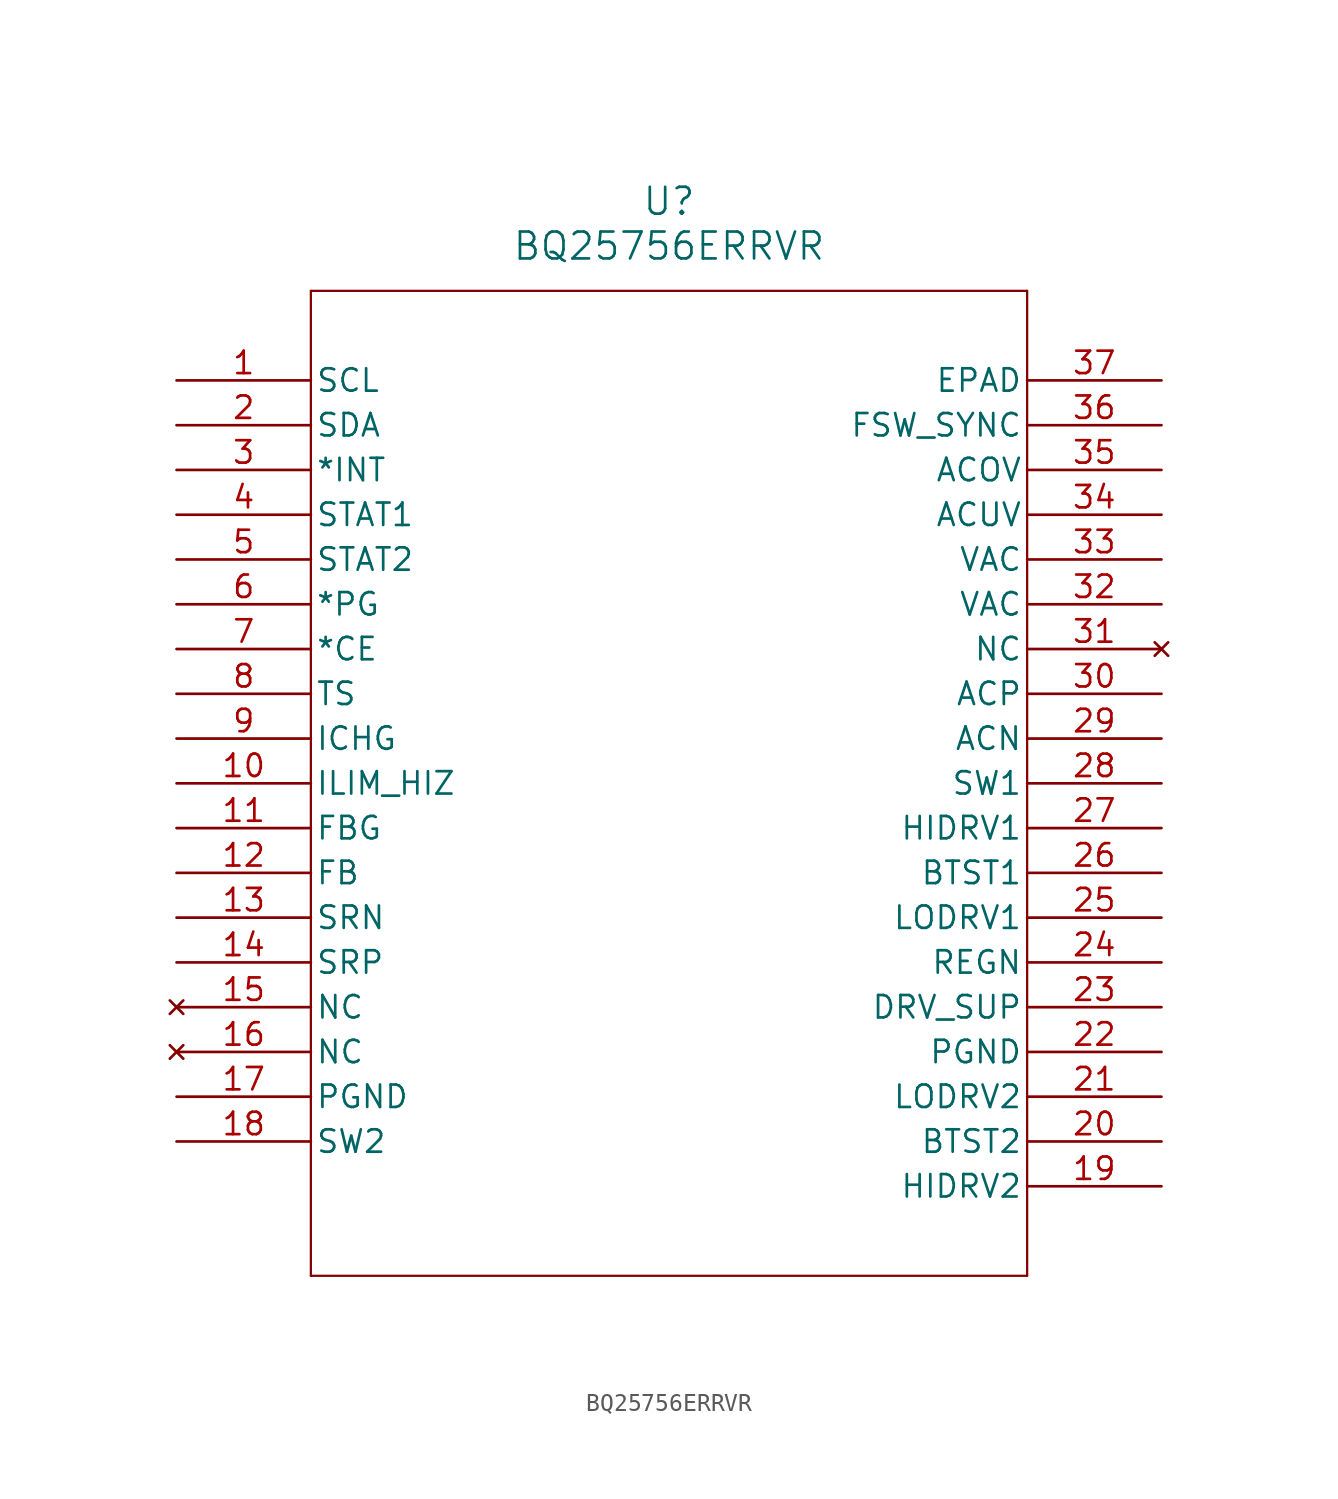
<source format=kicad_sym>
(kicad_symbol_lib
  (version 20211014)
  (generator kicad_symbol_editor)
  (symbol "BQ25756ERRVR"
    (pin_names
      (offset 0.254))
    (property "Reference" "U"
      (at 27.94 10.16 0)
      (effects (font (size 1.524 1.524))))
    (property "Value" "BQ25756ERRVR"
      (at 27.94 7.62 0)
      (effects (font (size 1.524 1.524))))
    (symbol "BQ25756ERRVR_0_1"
      (polyline (pts (xy 7.62 5.08) (xy 7.62 -50.8)) (stroke (width 0.127) (type default) (color 0 0 0 0)) (fill (type none)))
      (polyline (pts (xy 7.62 -50.8) (xy 48.26 -50.8)) (stroke (width 0.127) (type default) (color 0 0 0 0)) (fill (type none)))
      (polyline (pts (xy 48.26 -50.8) (xy 48.26 5.08)) (stroke (width 0.127) (type default) (color 0 0 0 0)) (fill (type none)))
      (polyline (pts (xy 48.26 5.08) (xy 7.62 5.08)) (stroke (width 0.127) (type default) (color 0 0 0 0)) (fill (type none)))
      (pin input line (at 0 0 0) (length 7.62) (name "SCL" (effects (font (size 1.27 1.27)))) (number "1" (effects (font (size 1.27 1.27)))))
      (pin bidirectional line (at 0 -2.54 0) (length 7.62) (name "SDA" (effects (font (size 1.27 1.27)))) (number "2" (effects (font (size 1.27 1.27)))))
      (pin output line (at 0 -5.08 0) (length 7.62) (name "*INT" (effects (font (size 1.27 1.27)))) (number "3" (effects (font (size 1.27 1.27)))))
      (pin output line (at 0 -7.62 0) (length 7.62) (name "STAT1" (effects (font (size 1.27 1.27)))) (number "4" (effects (font (size 1.27 1.27)))))
      (pin output line (at 0 -10.16 0) (length 7.62) (name "STAT2" (effects (font (size 1.27 1.27)))) (number "5" (effects (font (size 1.27 1.27)))))
      (pin output line (at 0 -12.7 0) (length 7.62) (name "*PG" (effects (font (size 1.27 1.27)))) (number "6" (effects (font (size 1.27 1.27)))))
      (pin bidirectional line (at 0 -15.24 0) (length 7.62) (name "*CE" (effects (font (size 1.27 1.27)))) (number "7" (effects (font (size 1.27 1.27)))))
      (pin input line (at 0 -17.78 0) (length 7.62) (name "TS" (effects (font (size 1.27 1.27)))) (number "8" (effects (font (size 1.27 1.27)))))
      (pin input line (at 0 -20.32 0) (length 7.62) (name "ICHG" (effects (font (size 1.27 1.27)))) (number "9" (effects (font (size 1.27 1.27)))))
      (pin input line (at 0 -22.86 0) (length 7.62) (name "ILIM_HIZ" (effects (font (size 1.27 1.27)))) (number "10" (effects (font (size 1.27 1.27)))))
      (pin input line (at 0 -25.4 0) (length 7.62) (name "FBG" (effects (font (size 1.27 1.27)))) (number "11" (effects (font (size 1.27 1.27)))))
      (pin input line (at 0 -27.94 0) (length 7.62) (name "FB" (effects (font (size 1.27 1.27)))) (number "12" (effects (font (size 1.27 1.27)))))
      (pin input line (at 0 -30.48 0) (length 7.62) (name "SRN" (effects (font (size 1.27 1.27)))) (number "13" (effects (font (size 1.27 1.27)))))
      (pin input line (at 0 -33.02 0) (length 7.62) (name "SRP" (effects (font (size 1.27 1.27)))) (number "14" (effects (font (size 1.27 1.27)))))
      (pin no_connect line (at 0 -35.56 0) (length 7.62) (name "NC" (effects (font (size 1.27 1.27)))) (number "15" (effects (font (size 1.27 1.27)))))
      (pin no_connect line (at 0 -38.1 0) (length 7.62) (name "NC" (effects (font (size 1.27 1.27)))) (number "16" (effects (font (size 1.27 1.27)))))
      (pin power_out line (at 0 -40.64 0) (length 7.62) (name "PGND" (effects (font (size 1.27 1.27)))) (number "17" (effects (font (size 1.27 1.27)))))
      (pin power_in line (at 0 -43.18 0) (length 7.62) (name "SW2" (effects (font (size 1.27 1.27)))) (number "18" (effects (font (size 1.27 1.27)))))
      (pin output line (at 55.88 -45.72 180) (length 7.62) (name "HIDRV2" (effects (font (size 1.27 1.27)))) (number "19" (effects (font (size 1.27 1.27)))))
      (pin power_in line (at 55.88 -43.18 180) (length 7.62) (name "BTST2" (effects (font (size 1.27 1.27)))) (number "20" (effects (font (size 1.27 1.27)))))
      (pin output line (at 55.88 -40.64 180) (length 7.62) (name "LODRV2" (effects (font (size 1.27 1.27)))) (number "21" (effects (font (size 1.27 1.27)))))
      (pin power_in line (at 55.88 -38.1 180) (length 7.62) (name "PGND" (effects (font (size 1.27 1.27)))) (number "22" (effects (font (size 1.27 1.27)))))
      (pin power_in line (at 55.88 -35.56 180) (length 7.62) (name "DRV_SUP" (effects (font (size 1.27 1.27)))) (number "23" (effects (font (size 1.27 1.27)))))
      (pin power_in line (at 55.88 -33.02 180) (length 7.62) (name "REGN" (effects (font (size 1.27 1.27)))) (number "24" (effects (font (size 1.27 1.27)))))
      (pin output line (at 55.88 -30.48 180) (length 7.62) (name "LODRV1" (effects (font (size 1.27 1.27)))) (number "25" (effects (font (size 1.27 1.27)))))
      (pin power_in line (at 55.88 -27.94 180) (length 7.62) (name "BTST1" (effects (font (size 1.27 1.27)))) (number "26" (effects (font (size 1.27 1.27)))))
      (pin output line (at 55.88 -25.4 180) (length 7.62) (name "HIDRV1" (effects (font (size 1.27 1.27)))) (number "27" (effects (font (size 1.27 1.27)))))
      (pin power_in line (at 55.88 -22.86 180) (length 7.62) (name "SW1" (effects (font (size 1.27 1.27)))) (number "28" (effects (font (size 1.27 1.27)))))
      (pin input line (at 55.88 -20.32 180) (length 7.62) (name "ACN" (effects (font (size 1.27 1.27)))) (number "29" (effects (font (size 1.27 1.27)))))
      (pin input line (at 55.88 -17.78 180) (length 7.62) (name "ACP" (effects (font (size 1.27 1.27)))) (number "30" (effects (font (size 1.27 1.27)))))
      (pin no_connect line (at 55.88 -15.24 180) (length 7.62) (name "NC" (effects (font (size 1.27 1.27)))) (number "31" (effects (font (size 1.27 1.27)))))
      (pin power_in line (at 55.88 -12.7 180) (length 7.62) (name "VAC" (effects (font (size 1.27 1.27)))) (number "32" (effects (font (size 1.27 1.27)))))
      (pin input line (at 55.88 -10.16 180) (length 7.62) (name "VAC" (effects (font (size 1.27 1.27)))) (number "33" (effects (font (size 1.27 1.27)))))
      (pin input line (at 55.88 -7.62 180) (length 7.62) (name "ACUV" (effects (font (size 1.27 1.27)))) (number "34" (effects (font (size 1.27 1.27)))))
      (pin input line (at 55.88 -5.08 180) (length 7.62) (name "ACOV" (effects (font (size 1.27 1.27)))) (number "35" (effects (font (size 1.27 1.27)))))
      (pin power_in line (at 55.88 -2.54 180) (length 7.62) (name "FSW_SYNC" (effects (font (size 1.27 1.27)))) (number "36" (effects (font (size 1.27 1.27)))))
      (pin power_out line (at 55.88 0 180) (length 7.62) (name "EPAD" (effects (font (size 1.27 1.27)))) (number "37" (effects (font (size 1.27 1.27))))))))
</source>
